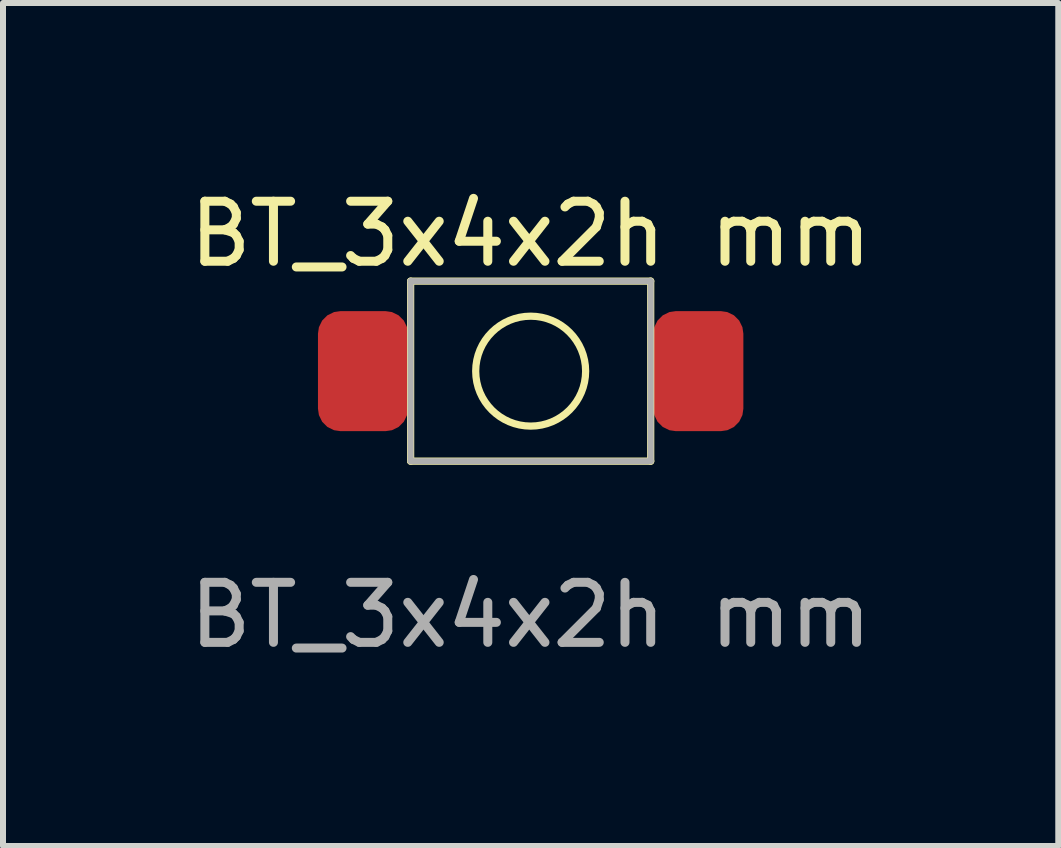
<source format=kicad_pcb>
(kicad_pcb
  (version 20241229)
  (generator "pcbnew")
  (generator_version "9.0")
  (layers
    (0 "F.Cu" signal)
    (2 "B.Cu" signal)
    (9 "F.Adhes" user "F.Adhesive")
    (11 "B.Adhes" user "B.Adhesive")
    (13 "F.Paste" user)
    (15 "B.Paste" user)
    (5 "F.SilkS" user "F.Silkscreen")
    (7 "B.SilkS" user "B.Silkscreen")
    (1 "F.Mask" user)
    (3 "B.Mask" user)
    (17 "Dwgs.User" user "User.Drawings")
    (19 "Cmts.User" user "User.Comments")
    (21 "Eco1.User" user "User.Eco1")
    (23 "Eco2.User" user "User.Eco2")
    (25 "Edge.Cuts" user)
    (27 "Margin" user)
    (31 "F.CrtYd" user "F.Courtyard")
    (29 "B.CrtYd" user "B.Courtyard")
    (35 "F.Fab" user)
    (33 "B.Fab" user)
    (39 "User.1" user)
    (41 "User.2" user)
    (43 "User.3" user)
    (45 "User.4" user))
  (footprint "BT_3x4x2h mm"
    (layer "F.Cu")
    (at 5.792 3.134)
    (property "Reference" "BT_3x4x2h mm" (at 0 -2.286 0) (unlocked yes) (layer "F.SilkS") (effects (font (size 1 1) (thickness 0.15))))
    (attr smd)
    (fp_line (start -2 -1.5) (end -2 1.5) (stroke (width 0.12) (type default)) (layer "F.SilkS"))
    (fp_line (start -2 1.5) (end 2 1.5) (stroke (width 0.12) (type default)) (layer "F.SilkS"))
    (fp_line (start 2 -1.5) (end -2 -1.5) (stroke (width 0.12) (type default)) (layer "F.SilkS"))
    (fp_line (start 2 1.5) (end 2 -1.5) (stroke (width 0.12) (type default)) (layer "F.SilkS"))
    (fp_circle (center 0 0) (end 0.762 0.508) (stroke (width 0.12) (type default)) (fill no) (layer "F.SilkS"))
    (fp_line (start -2 -1.5) (end -2 1.5) (stroke (width 0.1) (type default)) (layer "F.Fab"))
    (fp_line (start -2 1.5) (end 2 1.5) (stroke (width 0.1) (type default)) (layer "F.Fab"))
    (fp_line (start 2 -1.5) (end -2 -1.5) (stroke (width 0.1) (type default)) (layer "F.Fab"))
    (fp_line (start 2 1.5) (end 2 -1.5) (stroke (width 0.1) (type default)) (layer "F.Fab"))
    (fp_text user "${REFERENCE}" (at 0 4.064 0) (unlocked yes) (layer "F.Fab") (effects (font (size 1 1) (thickness 0.15))))
    (pad "1" smd roundrect (at -2.794 0) (size 1.5 2) (layers "F.Cu" "F.Mask" "F.Paste") (roundrect_rratio 0.25))
    (pad "2" smd roundrect (at 2.794 0) (size 1.5 2) (layers "F.Cu" "F.Mask" "F.Paste") (roundrect_rratio 0.25)))
  (gr_rect
    (start -3 -3)
    (end 14.583 11.046)
    (stroke (width 0.1) (type default))
    (fill no)
    (layer "Edge.Cuts")))
</source>
